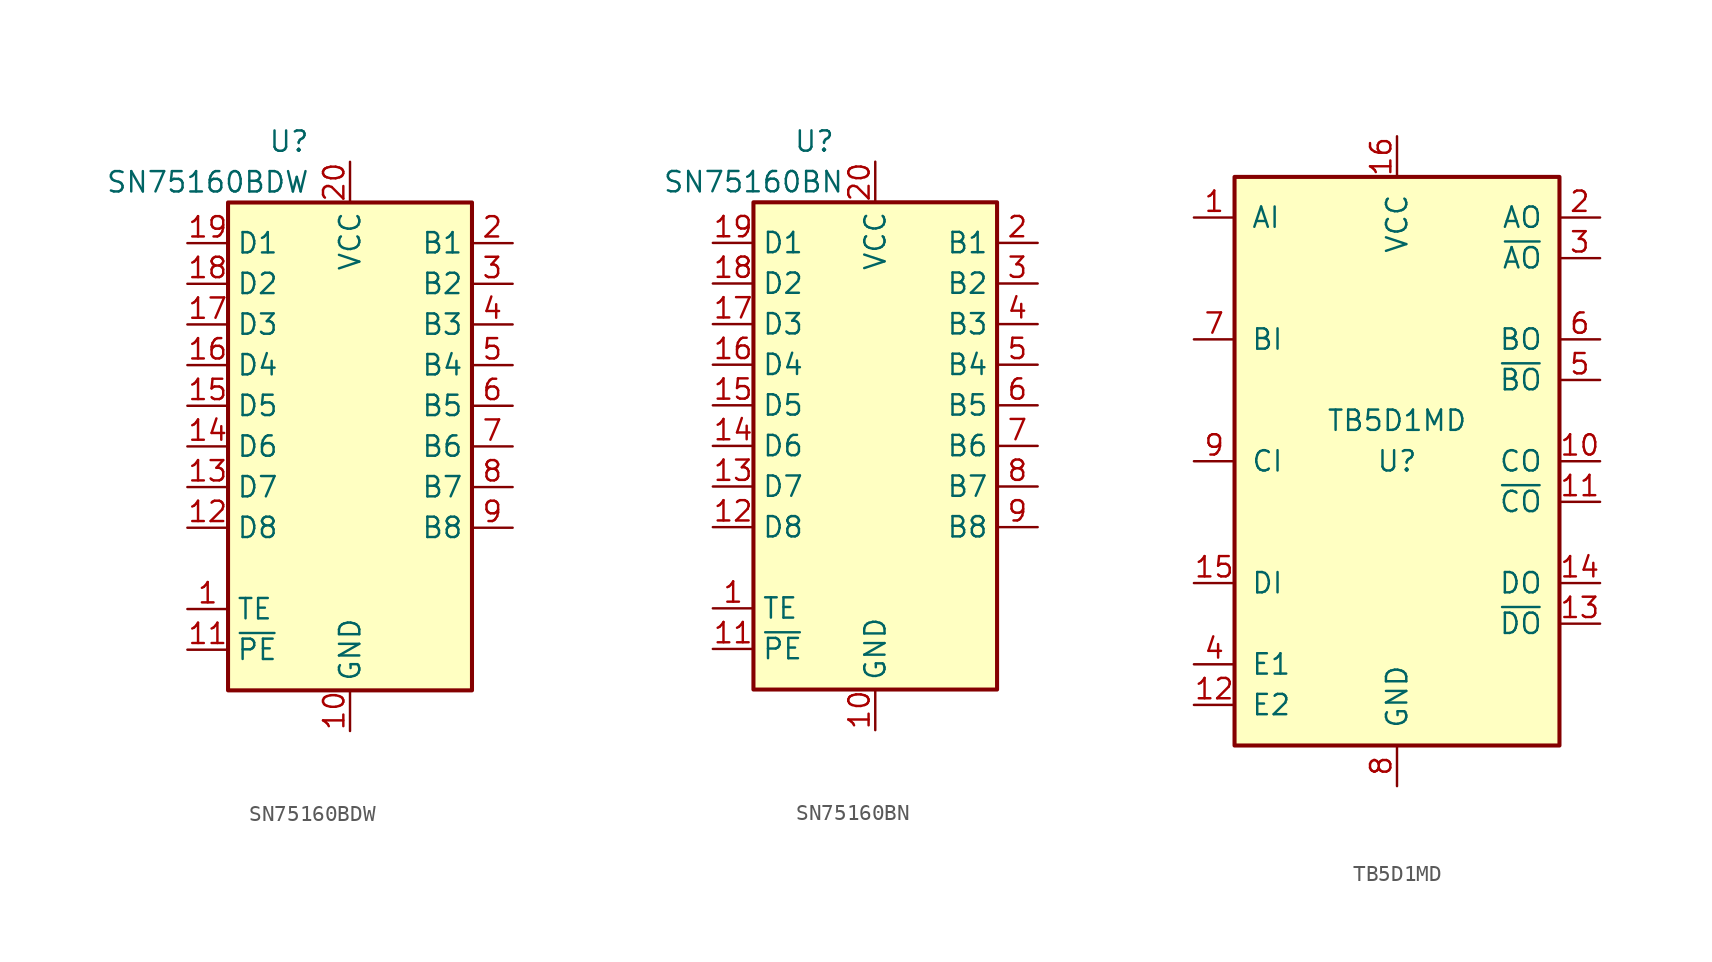
<source format=kicad_sym>
(kicad_symbol_lib
  (version 20201005)
  (generator kicad_symbol_editor)
  (symbol "SN75160BDW"
    (property "Reference" "U"
      (at -3.81 19.05 0)
      (effects (font (size 1.27 1.27))))
    (property "Value" "SN75160BDW"
      (at -8.89 16.51 0)
      (effects (font (size 1.27 1.27))))
    (symbol "SN75160BDW_0_1"
      (rectangle (start -7.62 15.24) (end 7.62 -15.24) (stroke (width 0.254)) (fill (type background))))
    (symbol "SN75160BDW_1_1"
      (pin input line (at -10.16 -10.16 0) (length 2.54) (name "TE" (effects (font (size 1.27 1.27)))) (number "1" (effects (font (size 1.27 1.27)))))
      (pin power_in line (at 0 -17.78 90) (length 2.54) (name "GND" (effects (font (size 1.27 1.27)))) (number "10" (effects (font (size 1.27 1.27)))))
      (pin input line (at -10.16 -12.7 0) (length 2.54) (name "~PE" (effects (font (size 1.27 1.27)))) (number "11" (effects (font (size 1.27 1.27)))))
      (pin bidirectional line (at -10.16 -5.08 0) (length 2.54) (name "D8" (effects (font (size 1.27 1.27)))) (number "12" (effects (font (size 1.27 1.27)))))
      (pin bidirectional line (at -10.16 -2.54 0) (length 2.54) (name "D7" (effects (font (size 1.27 1.27)))) (number "13" (effects (font (size 1.27 1.27)))))
      (pin bidirectional line (at -10.16 0 0) (length 2.54) (name "D6" (effects (font (size 1.27 1.27)))) (number "14" (effects (font (size 1.27 1.27)))))
      (pin bidirectional line (at -10.16 2.54 0) (length 2.54) (name "D5" (effects (font (size 1.27 1.27)))) (number "15" (effects (font (size 1.27 1.27)))))
      (pin bidirectional line (at -10.16 5.08 0) (length 2.54) (name "D4" (effects (font (size 1.27 1.27)))) (number "16" (effects (font (size 1.27 1.27)))))
      (pin bidirectional line (at -10.16 7.62 0) (length 2.54) (name "D3" (effects (font (size 1.27 1.27)))) (number "17" (effects (font (size 1.27 1.27)))))
      (pin bidirectional line (at -10.16 10.16 0) (length 2.54) (name "D2" (effects (font (size 1.27 1.27)))) (number "18" (effects (font (size 1.27 1.27)))))
      (pin bidirectional line (at -10.16 12.7 0) (length 2.54) (name "D1" (effects (font (size 1.27 1.27)))) (number "19" (effects (font (size 1.27 1.27)))))
      (pin bidirectional line (at 10.16 12.7 180) (length 2.54) (name "B1" (effects (font (size 1.27 1.27)))) (number "2" (effects (font (size 1.27 1.27)))))
      (pin power_in line (at 0 17.78 270) (length 2.54) (name "VCC" (effects (font (size 1.27 1.27)))) (number "20" (effects (font (size 1.27 1.27)))))
      (pin bidirectional line (at 10.16 10.16 180) (length 2.54) (name "B2" (effects (font (size 1.27 1.27)))) (number "3" (effects (font (size 1.27 1.27)))))
      (pin bidirectional line (at 10.16 7.62 180) (length 2.54) (name "B3" (effects (font (size 1.27 1.27)))) (number "4" (effects (font (size 1.27 1.27)))))
      (pin bidirectional line (at 10.16 5.08 180) (length 2.54) (name "B4" (effects (font (size 1.27 1.27)))) (number "5" (effects (font (size 1.27 1.27)))))
      (pin bidirectional line (at 10.16 2.54 180) (length 2.54) (name "B5" (effects (font (size 1.27 1.27)))) (number "6" (effects (font (size 1.27 1.27)))))
      (pin bidirectional line (at 10.16 0 180) (length 2.54) (name "B6" (effects (font (size 1.27 1.27)))) (number "7" (effects (font (size 1.27 1.27)))))
      (pin bidirectional line (at 10.16 -2.54 180) (length 2.54) (name "B7" (effects (font (size 1.27 1.27)))) (number "8" (effects (font (size 1.27 1.27)))))
      (pin bidirectional line (at 10.16 -5.08 180) (length 2.54) (name "B8" (effects (font (size 1.27 1.27)))) (number "9" (effects (font (size 1.27 1.27)))))))
  (symbol "SN75160BN"
    (property "Reference" "U"
      (at -3.81 19.05 0)
      (effects (font (size 1.27 1.27))))
    (property "Value" "SN75160BN"
      (at -7.62 16.51 0)
      (effects (font (size 1.27 1.27))))
    (symbol "SN75160BN_1_1"
      (rectangle (start -7.62 15.24) (end 7.62 -15.24) (stroke (width 0.254)) (fill (type background)))
      (pin input line (at -10.16 -10.16 0) (length 2.54) (name "TE" (effects (font (size 1.27 1.27)))) (number "1" (effects (font (size 1.27 1.27)))))
      (pin power_in line (at 0 -17.78 90) (length 2.54) (name "GND" (effects (font (size 1.27 1.27)))) (number "10" (effects (font (size 1.27 1.27)))))
      (pin input line (at -10.16 -12.7 0) (length 2.54) (name "~PE" (effects (font (size 1.27 1.27)))) (number "11" (effects (font (size 1.27 1.27)))))
      (pin bidirectional line (at -10.16 -5.08 0) (length 2.54) (name "D8" (effects (font (size 1.27 1.27)))) (number "12" (effects (font (size 1.27 1.27)))))
      (pin bidirectional line (at -10.16 -2.54 0) (length 2.54) (name "D7" (effects (font (size 1.27 1.27)))) (number "13" (effects (font (size 1.27 1.27)))))
      (pin bidirectional line (at -10.16 0 0) (length 2.54) (name "D6" (effects (font (size 1.27 1.27)))) (number "14" (effects (font (size 1.27 1.27)))))
      (pin bidirectional line (at -10.16 2.54 0) (length 2.54) (name "D5" (effects (font (size 1.27 1.27)))) (number "15" (effects (font (size 1.27 1.27)))))
      (pin bidirectional line (at -10.16 5.08 0) (length 2.54) (name "D4" (effects (font (size 1.27 1.27)))) (number "16" (effects (font (size 1.27 1.27)))))
      (pin bidirectional line (at -10.16 7.62 0) (length 2.54) (name "D3" (effects (font (size 1.27 1.27)))) (number "17" (effects (font (size 1.27 1.27)))))
      (pin bidirectional line (at -10.16 10.16 0) (length 2.54) (name "D2" (effects (font (size 1.27 1.27)))) (number "18" (effects (font (size 1.27 1.27)))))
      (pin bidirectional line (at -10.16 12.7 0) (length 2.54) (name "D1" (effects (font (size 1.27 1.27)))) (number "19" (effects (font (size 1.27 1.27)))))
      (pin bidirectional line (at 10.16 12.7 180) (length 2.54) (name "B1" (effects (font (size 1.27 1.27)))) (number "2" (effects (font (size 1.27 1.27)))))
      (pin power_in line (at 0 17.78 270) (length 2.54) (name "VCC" (effects (font (size 1.27 1.27)))) (number "20" (effects (font (size 1.27 1.27)))))
      (pin bidirectional line (at 10.16 10.16 180) (length 2.54) (name "B2" (effects (font (size 1.27 1.27)))) (number "3" (effects (font (size 1.27 1.27)))))
      (pin bidirectional line (at 10.16 7.62 180) (length 2.54) (name "B3" (effects (font (size 1.27 1.27)))) (number "4" (effects (font (size 1.27 1.27)))))
      (pin bidirectional line (at 10.16 5.08 180) (length 2.54) (name "B4" (effects (font (size 1.27 1.27)))) (number "5" (effects (font (size 1.27 1.27)))))
      (pin bidirectional line (at 10.16 2.54 180) (length 2.54) (name "B5" (effects (font (size 1.27 1.27)))) (number "6" (effects (font (size 1.27 1.27)))))
      (pin bidirectional line (at 10.16 0 180) (length 2.54) (name "B6" (effects (font (size 1.27 1.27)))) (number "7" (effects (font (size 1.27 1.27)))))
      (pin bidirectional line (at 10.16 -2.54 180) (length 2.54) (name "B7" (effects (font (size 1.27 1.27)))) (number "8" (effects (font (size 1.27 1.27)))))
      (pin bidirectional line (at 10.16 -5.08 180) (length 2.54) (name "B8" (effects (font (size 1.27 1.27)))) (number "9" (effects (font (size 1.27 1.27)))))))
  (symbol "TB5D1MD"
    (pin_names
      (offset 1.016))
    (property "Reference" "U"
      (at 0 0 0)
      (effects (font (size 1.27 1.27))))
    (property "Value" "TB5D1MD"
      (at 0 2.54 0)
      (effects (font (size 1.27 1.27))))
    (symbol "TB5D1MD_0_1"
      (rectangle (start -10.16 -17.78) (end 10.16 17.78) (stroke (width 0.254)) (fill (type background))))
    (symbol "TB5D1MD_1_1"
      (pin input line (at -12.7 15.24 0) (length 2.54) (name "AI" (effects (font (size 1.27 1.27)))) (number "1" (effects (font (size 1.27 1.27)))))
      (pin output line (at 12.7 0 180) (length 2.54) (name "CO" (effects (font (size 1.27 1.27)))) (number "10" (effects (font (size 1.27 1.27)))))
      (pin output line (at 12.7 -2.54 180) (length 2.54) (name "~CO" (effects (font (size 1.27 1.27)))) (number "11" (effects (font (size 1.27 1.27)))))
      (pin input line (at -12.7 -15.24 0) (length 2.54) (name "E2" (effects (font (size 1.27 1.27)))) (number "12" (effects (font (size 1.27 1.27)))))
      (pin output line (at 12.7 -10.16 180) (length 2.54) (name "~DO" (effects (font (size 1.27 1.27)))) (number "13" (effects (font (size 1.27 1.27)))))
      (pin output line (at 12.7 -7.62 180) (length 2.54) (name "DO" (effects (font (size 1.27 1.27)))) (number "14" (effects (font (size 1.27 1.27)))))
      (pin input line (at -12.7 -7.62 0) (length 2.54) (name "DI" (effects (font (size 1.27 1.27)))) (number "15" (effects (font (size 1.27 1.27)))))
      (pin power_in line (at 0 20.32 270) (length 2.54) (name "VCC" (effects (font (size 1.27 1.27)))) (number "16" (effects (font (size 1.27 1.27)))))
      (pin output line (at 12.7 15.24 180) (length 2.54) (name "AO" (effects (font (size 1.27 1.27)))) (number "2" (effects (font (size 1.27 1.27)))))
      (pin output line (at 12.7 12.7 180) (length 2.54) (name "~AO" (effects (font (size 1.27 1.27)))) (number "3" (effects (font (size 1.27 1.27)))))
      (pin input line (at -12.7 -12.7 0) (length 2.54) (name "E1" (effects (font (size 1.27 1.27)))) (number "4" (effects (font (size 1.27 1.27)))))
      (pin output line (at 12.7 5.08 180) (length 2.54) (name "~BO" (effects (font (size 1.27 1.27)))) (number "5" (effects (font (size 1.27 1.27)))))
      (pin output line (at 12.7 7.62 180) (length 2.54) (name "BO" (effects (font (size 1.27 1.27)))) (number "6" (effects (font (size 1.27 1.27)))))
      (pin input line (at -12.7 7.62 0) (length 2.54) (name "BI" (effects (font (size 1.27 1.27)))) (number "7" (effects (font (size 1.27 1.27)))))
      (pin power_in line (at 0 -20.32 90) (length 2.54) (name "GND" (effects (font (size 1.27 1.27)))) (number "8" (effects (font (size 1.27 1.27)))))
      (pin input line (at -12.7 0 0) (length 2.54) (name "CI" (effects (font (size 1.27 1.27)))) (number "9" (effects (font (size 1.27 1.27))))))))
</source>
